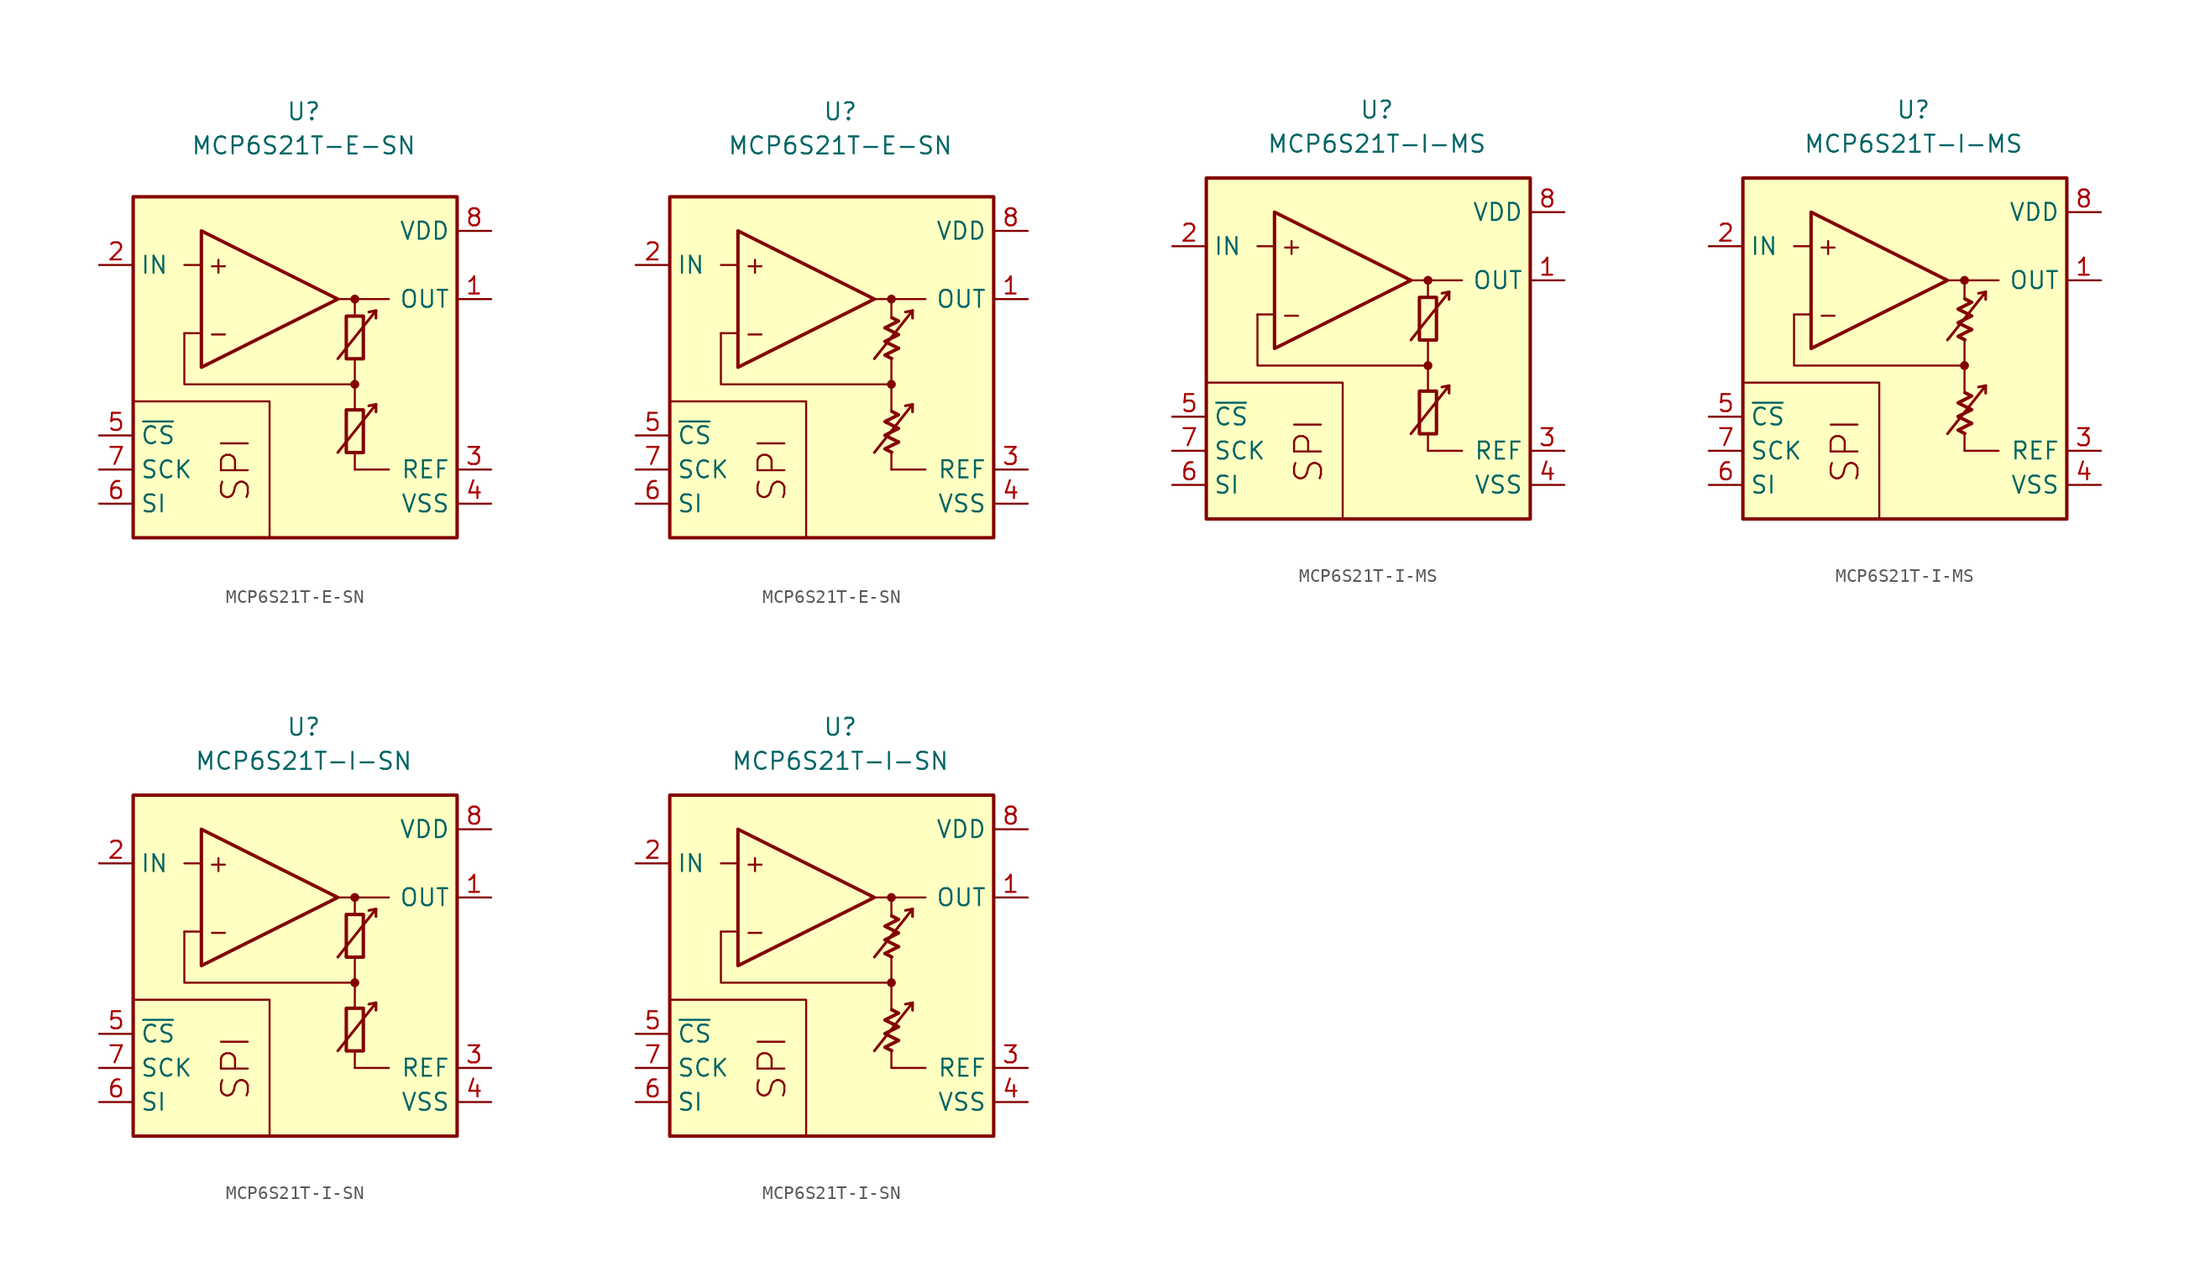
<source format=kicad_sym>
(kicad_symbol_lib
  (version 20231120)
  (generator "kicad_symbol_editor")
  (generator_version "8.0")
  (symbol "MCP6S21T-E-SN"
    (property "Reference" "U"
      (at 0 19.05 0)
      (effects (font (size 1.27 1.27))))
    (property "Value" "MCP6S21T-E-SN"
      (at 0 16.51 0)
      (effects (font (size 1.27 1.27))))
    (symbol "MCP6S21T-E-SN_0_0"
      (rectangle (start -12.7 12.7) (end 11.43 -12.7) (stroke (width 0.254) (type default)) (fill (type background)))
      (polyline (pts (xy 3.81 -3.81)) (stroke (width 0.152) (type default)) (fill (type none)))
      (polyline (pts (xy 3.81 -3.175)) (stroke (width 0.152) (type default)) (fill (type none)))
      (polyline (pts (xy 3.81 3.81)) (stroke (width 0.152) (type default)) (fill (type none)))
      (polyline (pts (xy 3.81 3.81)) (stroke (width 0.152) (type default)) (fill (type none)))
      (polyline (pts (xy -7.62 2.54) (xy -8.89 2.54)) (stroke (width 0.152) (type default)) (fill (type none)))
      (polyline (pts (xy -7.62 7.62) (xy -8.89 7.62)) (stroke (width 0.152) (type default)) (fill (type none)))
      (polyline (pts (xy 2.54 5.08) (xy 6.35 5.08)) (stroke (width 0.152) (type default)) (fill (type none)))
      (polyline (pts (xy 3.81 -6.35) (xy 3.81 -7.62)) (stroke (width 0.152) (type default)) (fill (type none)))
      (polyline (pts (xy 3.81 -1.27) (xy 3.81 -3.175)) (stroke (width 0.152) (type default)) (fill (type none)))
      (polyline (pts (xy 3.81 0.635) (xy 3.81 -1.27)) (stroke (width 0.152) (type default)) (fill (type none)))
      (polyline (pts (xy 3.81 5.08) (xy 3.81 3.81)) (stroke (width 0.152) (type default)) (fill (type none)))
      (polyline (pts (xy -2.54 -12.7) (xy -2.54 -2.54) (xy -12.7 -2.54)) (stroke (width 0.152) (type default)) (fill (type none)))
      (polyline (pts (xy 3.81 -1.27) (xy -8.89 -1.27) (xy -8.89 2.54)) (stroke (width 0.152) (type default)) (fill (type none)))
      (circle (center 3.81 -1.27) (radius 0.254) (stroke (width 0.152) (type default)) (fill (type outline)))
      (circle (center 3.81 5.08) (radius 0.254) (stroke (width 0.152) (type default)) (fill (type outline)))
      (text "+" (at -6.35 7.62 0) (effects (font (size 1.27 1.27))))
      (text "-" (at -6.35 2.54 0) (effects (font (size 1.27 1.27))))
      (text "SPI" (at -5.08 -7.62 900) (effects (font (size 2 2)))))
    (symbol "MCP6S21T-E-SN_0_1"
      (rectangle (start 3.175 -3.175) (end 4.445 -6.35) (stroke (width 0.254) (type default)) (fill (type none)))
      (rectangle (start 3.175 3.81) (end 4.445 0.635) (stroke (width 0.254) (type default)) (fill (type none))))
    (symbol "MCP6S21T-E-SN_0_2"
      (polyline (pts (xy 4.343 -5.572) (xy 3.326 -6.08) (xy 3.834 -6.333)) (stroke (width 0.254) (type default)) (fill (type none)))
      (polyline (pts (xy 4.343 1.413) (xy 3.326 0.905) (xy 3.834 0.651)) (stroke (width 0.254) (type default)) (fill (type none)))
      (polyline (pts (xy 3.834 -3.285) (xy 4.343 -3.539) (xy 3.326 -4.048) (xy 4.343 -4.556) (xy 3.326 -5.064) (xy 4.343 -5.572)) (stroke (width 0.254) (type default)) (fill (type none)))
      (polyline (pts (xy 3.834 3.7) (xy 4.343 3.446) (xy 3.326 2.938) (xy 4.343 2.429) (xy 3.326 1.921) (xy 4.343 1.413)) (stroke (width 0.254) (type default)) (fill (type none))))
    (symbol "MCP6S21T-E-SN_1_0"
      (polyline (pts (xy 3.81 -7.62) (xy 6.35 -7.62)) (stroke (width 0) (type default)) (fill (type none)))
      (polyline (pts (xy 5.385 -2.769) (xy 4.851 -2.87)) (stroke (width 0.2) (type default)) (fill (type none)))
      (polyline (pts (xy 5.385 -2.769) (xy 5.385 -3.327)) (stroke (width 0.2) (type default)) (fill (type none)))
      (polyline (pts (xy 5.385 4.216) (xy 4.851 4.115)) (stroke (width 0.2) (type default)) (fill (type none)))
      (polyline (pts (xy 5.385 4.216) (xy 5.385 3.658)) (stroke (width 0.2) (type default)) (fill (type none)))
      (polyline (pts (xy -7.62 10.16) (xy -7.62 0) (xy 2.54 5.08) (xy -7.62 10.16)) (stroke (width 0.254) (type default)) (fill (type background)))
      (polyline (pts (xy 2.54 -6.35) (xy 5.385 -2.769) (xy 5.385 -2.769) (xy 5.385 -2.769)) (stroke (width 0.2) (type default)) (fill (type none)))
      (polyline (pts (xy 2.54 0.635) (xy 5.385 4.216) (xy 5.385 4.216) (xy 5.385 4.216)) (stroke (width 0.2) (type default)) (fill (type none))))
    (symbol "MCP6S21T-E-SN_1_1"
      (pin output line (at 13.97 5.08 180) (length 2.54) (name "OUT" (effects (font (size 1.27 1.27)))) (number "1" (effects (font (size 1.27 1.27)))))
      (pin input line (at -15.24 7.62 0) (length 2.54) (name "IN" (effects (font (size 1.27 1.27)))) (number "2" (effects (font (size 1.27 1.27)))))
      (pin passive line (at 13.97 -7.62 180) (length 2.54) (name "REF" (effects (font (size 1.27 1.27)))) (number "3" (effects (font (size 1.27 1.27)))))
      (pin power_in line (at 13.97 -10.16 180) (length 2.54) (name "VSS" (effects (font (size 1.27 1.27)))) (number "4" (effects (font (size 1.27 1.27)))))
      (pin input line (at -15.24 -5.08 0) (length 2.54) (name "~{CS}" (effects (font (size 1.27 1.27)))) (number "5" (effects (font (size 1.27 1.27)))))
      (pin input line (at -15.24 -10.16 0) (length 2.54) (name "SI" (effects (font (size 1.27 1.27)))) (number "6" (effects (font (size 1.27 1.27)))))
      (pin input line (at -15.24 -7.62 0) (length 2.54) (name "SCK" (effects (font (size 1.27 1.27)))) (number "7" (effects (font (size 1.27 1.27)))))
      (pin power_in line (at 13.97 10.16 180) (length 2.54) (name "VDD" (effects (font (size 1.27 1.27)))) (number "8" (effects (font (size 1.27 1.27))))))
    (symbol "MCP6S21T-E-SN_1_2"
      (pin output line (at 13.97 5.08 180) (length 2.54) (name "OUT" (effects (font (size 1.27 1.27)))) (number "1" (effects (font (size 1.27 1.27)))))
      (pin input line (at -15.24 7.62 0) (length 2.54) (name "IN" (effects (font (size 1.27 1.27)))) (number "2" (effects (font (size 1.27 1.27)))))
      (pin passive line (at 13.97 -7.62 180) (length 2.54) (name "REF" (effects (font (size 1.27 1.27)))) (number "3" (effects (font (size 1.27 1.27)))))
      (pin power_in line (at 13.97 -10.16 180) (length 2.54) (name "VSS" (effects (font (size 1.27 1.27)))) (number "4" (effects (font (size 1.27 1.27)))))
      (pin input line (at -15.24 -5.08 0) (length 2.54) (name "~{CS}" (effects (font (size 1.27 1.27)))) (number "5" (effects (font (size 1.27 1.27)))))
      (pin input line (at -15.24 -10.16 0) (length 2.54) (name "SI" (effects (font (size 1.27 1.27)))) (number "6" (effects (font (size 1.27 1.27)))))
      (pin input line (at -15.24 -7.62 0) (length 2.54) (name "SCK" (effects (font (size 1.27 1.27)))) (number "7" (effects (font (size 1.27 1.27)))))
      (pin power_in line (at 13.97 10.16 180) (length 2.54) (name "VDD" (effects (font (size 1.27 1.27)))) (number "8" (effects (font (size 1.27 1.27)))))))
  (symbol "MCP6S21T-I-MS"
    (property "Reference" "U"
      (at 0 17.78 0)
      (effects (font (size 1.27 1.27))))
    (property "Value" "MCP6S21T-I-MS"
      (at 0 15.24 0)
      (effects (font (size 1.27 1.27))))
    (symbol "MCP6S21T-I-MS_0_0"
      (rectangle (start -12.7 12.7) (end 11.43 -12.7) (stroke (width 0.254) (type default)) (fill (type background)))
      (polyline (pts (xy 3.81 -3.81)) (stroke (width 0.152) (type default)) (fill (type none)))
      (polyline (pts (xy 3.81 -3.175)) (stroke (width 0.152) (type default)) (fill (type none)))
      (polyline (pts (xy 3.81 3.81)) (stroke (width 0.152) (type default)) (fill (type none)))
      (polyline (pts (xy 3.81 3.81)) (stroke (width 0.152) (type default)) (fill (type none)))
      (polyline (pts (xy -7.62 2.54) (xy -8.89 2.54)) (stroke (width 0.152) (type default)) (fill (type none)))
      (polyline (pts (xy -7.62 7.62) (xy -8.89 7.62)) (stroke (width 0.152) (type default)) (fill (type none)))
      (polyline (pts (xy 2.54 5.08) (xy 6.35 5.08)) (stroke (width 0.152) (type default)) (fill (type none)))
      (polyline (pts (xy 3.81 -6.35) (xy 3.81 -7.62)) (stroke (width 0.152) (type default)) (fill (type none)))
      (polyline (pts (xy 3.81 -1.27) (xy 3.81 -3.175)) (stroke (width 0.152) (type default)) (fill (type none)))
      (polyline (pts (xy 3.81 0.635) (xy 3.81 -1.27)) (stroke (width 0.152) (type default)) (fill (type none)))
      (polyline (pts (xy 3.81 5.08) (xy 3.81 3.81)) (stroke (width 0.152) (type default)) (fill (type none)))
      (polyline (pts (xy -2.54 -12.7) (xy -2.54 -2.54) (xy -12.7 -2.54)) (stroke (width 0.152) (type default)) (fill (type none)))
      (polyline (pts (xy 3.81 -1.27) (xy -8.89 -1.27) (xy -8.89 2.54)) (stroke (width 0.152) (type default)) (fill (type none)))
      (circle (center 3.81 -1.27) (radius 0.254) (stroke (width 0.152) (type default)) (fill (type outline)))
      (circle (center 3.81 5.08) (radius 0.254) (stroke (width 0.152) (type default)) (fill (type outline)))
      (text "+" (at -6.35 7.62 0) (effects (font (size 1.27 1.27))))
      (text "-" (at -6.35 2.54 0) (effects (font (size 1.27 1.27))))
      (text "SPI" (at -5.08 -7.62 900) (effects (font (size 2 2)))))
    (symbol "MCP6S21T-I-MS_0_1"
      (rectangle (start 3.175 -3.175) (end 4.445 -6.35) (stroke (width 0.254) (type default)) (fill (type none)))
      (rectangle (start 3.175 3.81) (end 4.445 0.635) (stroke (width 0.254) (type default)) (fill (type none))))
    (symbol "MCP6S21T-I-MS_0_2"
      (polyline (pts (xy 4.343 -5.572) (xy 3.326 -6.08) (xy 3.834 -6.333)) (stroke (width 0.254) (type default)) (fill (type none)))
      (polyline (pts (xy 4.343 1.413) (xy 3.326 0.905) (xy 3.834 0.651)) (stroke (width 0.254) (type default)) (fill (type none)))
      (polyline (pts (xy 3.834 -3.285) (xy 4.343 -3.539) (xy 3.326 -4.048) (xy 4.343 -4.556) (xy 3.326 -5.064) (xy 4.343 -5.572)) (stroke (width 0.254) (type default)) (fill (type none)))
      (polyline (pts (xy 3.834 3.7) (xy 4.343 3.446) (xy 3.326 2.938) (xy 4.343 2.429) (xy 3.326 1.921) (xy 4.343 1.413)) (stroke (width 0.254) (type default)) (fill (type none))))
    (symbol "MCP6S21T-I-MS_1_0"
      (polyline (pts (xy 3.81 -7.62) (xy 6.35 -7.62)) (stroke (width 0) (type default)) (fill (type none)))
      (polyline (pts (xy 5.385 -2.769) (xy 4.851 -2.87)) (stroke (width 0.2) (type default)) (fill (type none)))
      (polyline (pts (xy 5.385 -2.769) (xy 5.385 -3.327)) (stroke (width 0.2) (type default)) (fill (type none)))
      (polyline (pts (xy 5.385 4.216) (xy 4.851 4.115)) (stroke (width 0.2) (type default)) (fill (type none)))
      (polyline (pts (xy 5.385 4.216) (xy 5.385 3.658)) (stroke (width 0.2) (type default)) (fill (type none)))
      (polyline (pts (xy -7.62 10.16) (xy -7.62 0) (xy 2.54 5.08) (xy -7.62 10.16)) (stroke (width 0.254) (type default)) (fill (type background)))
      (polyline (pts (xy 2.54 -6.35) (xy 5.385 -2.769) (xy 5.385 -2.769) (xy 5.385 -2.769)) (stroke (width 0.2) (type default)) (fill (type none)))
      (polyline (pts (xy 2.54 0.635) (xy 5.385 4.216) (xy 5.385 4.216) (xy 5.385 4.216)) (stroke (width 0.2) (type default)) (fill (type none))))
    (symbol "MCP6S21T-I-MS_1_1"
      (pin output line (at 13.97 5.08 180) (length 2.54) (name "OUT" (effects (font (size 1.27 1.27)))) (number "1" (effects (font (size 1.27 1.27)))))
      (pin input line (at -15.24 7.62 0) (length 2.54) (name "IN" (effects (font (size 1.27 1.27)))) (number "2" (effects (font (size 1.27 1.27)))))
      (pin passive line (at 13.97 -7.62 180) (length 2.54) (name "REF" (effects (font (size 1.27 1.27)))) (number "3" (effects (font (size 1.27 1.27)))))
      (pin power_in line (at 13.97 -10.16 180) (length 2.54) (name "VSS" (effects (font (size 1.27 1.27)))) (number "4" (effects (font (size 1.27 1.27)))))
      (pin input line (at -15.24 -5.08 0) (length 2.54) (name "~{CS}" (effects (font (size 1.27 1.27)))) (number "5" (effects (font (size 1.27 1.27)))))
      (pin input line (at -15.24 -10.16 0) (length 2.54) (name "SI" (effects (font (size 1.27 1.27)))) (number "6" (effects (font (size 1.27 1.27)))))
      (pin input line (at -15.24 -7.62 0) (length 2.54) (name "SCK" (effects (font (size 1.27 1.27)))) (number "7" (effects (font (size 1.27 1.27)))))
      (pin power_in line (at 13.97 10.16 180) (length 2.54) (name "VDD" (effects (font (size 1.27 1.27)))) (number "8" (effects (font (size 1.27 1.27))))))
    (symbol "MCP6S21T-I-MS_1_2"
      (pin output line (at 13.97 5.08 180) (length 2.54) (name "OUT" (effects (font (size 1.27 1.27)))) (number "1" (effects (font (size 1.27 1.27)))))
      (pin input line (at -15.24 7.62 0) (length 2.54) (name "IN" (effects (font (size 1.27 1.27)))) (number "2" (effects (font (size 1.27 1.27)))))
      (pin passive line (at 13.97 -7.62 180) (length 2.54) (name "REF" (effects (font (size 1.27 1.27)))) (number "3" (effects (font (size 1.27 1.27)))))
      (pin power_in line (at 13.97 -10.16 180) (length 2.54) (name "VSS" (effects (font (size 1.27 1.27)))) (number "4" (effects (font (size 1.27 1.27)))))
      (pin input line (at -15.24 -5.08 0) (length 2.54) (name "~{CS}" (effects (font (size 1.27 1.27)))) (number "5" (effects (font (size 1.27 1.27)))))
      (pin input line (at -15.24 -10.16 0) (length 2.54) (name "SI" (effects (font (size 1.27 1.27)))) (number "6" (effects (font (size 1.27 1.27)))))
      (pin input line (at -15.24 -7.62 0) (length 2.54) (name "SCK" (effects (font (size 1.27 1.27)))) (number "7" (effects (font (size 1.27 1.27)))))
      (pin power_in line (at 13.97 10.16 180) (length 2.54) (name "VDD" (effects (font (size 1.27 1.27)))) (number "8" (effects (font (size 1.27 1.27)))))))
  (symbol "MCP6S21T-I-SN"
    (property "Reference" "U"
      (at 0 17.78 0)
      (effects (font (size 1.27 1.27))))
    (property "Value" "MCP6S21T-I-SN"
      (at 0 15.24 0)
      (effects (font (size 1.27 1.27))))
    (symbol "MCP6S21T-I-SN_0_0"
      (rectangle (start -12.7 12.7) (end 11.43 -12.7) (stroke (width 0.254) (type default)) (fill (type background)))
      (polyline (pts (xy 3.81 -3.81)) (stroke (width 0.152) (type default)) (fill (type none)))
      (polyline (pts (xy 3.81 -3.175)) (stroke (width 0.152) (type default)) (fill (type none)))
      (polyline (pts (xy 3.81 3.81)) (stroke (width 0.152) (type default)) (fill (type none)))
      (polyline (pts (xy 3.81 3.81)) (stroke (width 0.152) (type default)) (fill (type none)))
      (polyline (pts (xy -7.62 2.54) (xy -8.89 2.54)) (stroke (width 0.152) (type default)) (fill (type none)))
      (polyline (pts (xy -7.62 7.62) (xy -8.89 7.62)) (stroke (width 0.152) (type default)) (fill (type none)))
      (polyline (pts (xy 2.54 5.08) (xy 6.35 5.08)) (stroke (width 0.152) (type default)) (fill (type none)))
      (polyline (pts (xy 3.81 -6.35) (xy 3.81 -7.62)) (stroke (width 0.152) (type default)) (fill (type none)))
      (polyline (pts (xy 3.81 -1.27) (xy 3.81 -3.175)) (stroke (width 0.152) (type default)) (fill (type none)))
      (polyline (pts (xy 3.81 0.635) (xy 3.81 -1.27)) (stroke (width 0.152) (type default)) (fill (type none)))
      (polyline (pts (xy 3.81 5.08) (xy 3.81 3.81)) (stroke (width 0.152) (type default)) (fill (type none)))
      (polyline (pts (xy -2.54 -12.7) (xy -2.54 -2.54) (xy -12.7 -2.54)) (stroke (width 0.152) (type default)) (fill (type none)))
      (polyline (pts (xy 3.81 -1.27) (xy -8.89 -1.27) (xy -8.89 2.54)) (stroke (width 0.152) (type default)) (fill (type none)))
      (circle (center 3.81 -1.27) (radius 0.254) (stroke (width 0.152) (type default)) (fill (type outline)))
      (circle (center 3.81 5.08) (radius 0.254) (stroke (width 0.152) (type default)) (fill (type outline)))
      (text "+" (at -6.35 7.62 0) (effects (font (size 1.27 1.27))))
      (text "-" (at -6.35 2.54 0) (effects (font (size 1.27 1.27))))
      (text "SPI" (at -5.08 -7.62 900) (effects (font (size 2 2)))))
    (symbol "MCP6S21T-I-SN_0_1"
      (rectangle (start 3.175 -3.175) (end 4.445 -6.35) (stroke (width 0.254) (type default)) (fill (type none)))
      (rectangle (start 3.175 3.81) (end 4.445 0.635) (stroke (width 0.254) (type default)) (fill (type none))))
    (symbol "MCP6S21T-I-SN_0_2"
      (polyline (pts (xy 4.343 -5.572) (xy 3.326 -6.08) (xy 3.834 -6.333)) (stroke (width 0.254) (type default)) (fill (type none)))
      (polyline (pts (xy 4.343 1.413) (xy 3.326 0.905) (xy 3.834 0.651)) (stroke (width 0.254) (type default)) (fill (type none)))
      (polyline (pts (xy 3.834 -3.285) (xy 4.343 -3.539) (xy 3.326 -4.048) (xy 4.343 -4.556) (xy 3.326 -5.064) (xy 4.343 -5.572)) (stroke (width 0.254) (type default)) (fill (type none)))
      (polyline (pts (xy 3.834 3.7) (xy 4.343 3.446) (xy 3.326 2.938) (xy 4.343 2.429) (xy 3.326 1.921) (xy 4.343 1.413)) (stroke (width 0.254) (type default)) (fill (type none))))
    (symbol "MCP6S21T-I-SN_1_0"
      (polyline (pts (xy 3.81 -7.62) (xy 6.35 -7.62)) (stroke (width 0) (type default)) (fill (type none)))
      (polyline (pts (xy 5.385 -2.769) (xy 4.851 -2.87)) (stroke (width 0.2) (type default)) (fill (type none)))
      (polyline (pts (xy 5.385 -2.769) (xy 5.385 -3.327)) (stroke (width 0.2) (type default)) (fill (type none)))
      (polyline (pts (xy 5.385 4.216) (xy 4.851 4.115)) (stroke (width 0.2) (type default)) (fill (type none)))
      (polyline (pts (xy 5.385 4.216) (xy 5.385 3.658)) (stroke (width 0.2) (type default)) (fill (type none)))
      (polyline (pts (xy -7.62 10.16) (xy -7.62 0) (xy 2.54 5.08) (xy -7.62 10.16)) (stroke (width 0.254) (type default)) (fill (type background)))
      (polyline (pts (xy 2.54 -6.35) (xy 5.385 -2.769) (xy 5.385 -2.769) (xy 5.385 -2.769)) (stroke (width 0.2) (type default)) (fill (type none)))
      (polyline (pts (xy 2.54 0.635) (xy 5.385 4.216) (xy 5.385 4.216) (xy 5.385 4.216)) (stroke (width 0.2) (type default)) (fill (type none))))
    (symbol "MCP6S21T-I-SN_1_1"
      (pin output line (at 13.97 5.08 180) (length 2.54) (name "OUT" (effects (font (size 1.27 1.27)))) (number "1" (effects (font (size 1.27 1.27)))))
      (pin input line (at -15.24 7.62 0) (length 2.54) (name "IN" (effects (font (size 1.27 1.27)))) (number "2" (effects (font (size 1.27 1.27)))))
      (pin passive line (at 13.97 -7.62 180) (length 2.54) (name "REF" (effects (font (size 1.27 1.27)))) (number "3" (effects (font (size 1.27 1.27)))))
      (pin power_in line (at 13.97 -10.16 180) (length 2.54) (name "VSS" (effects (font (size 1.27 1.27)))) (number "4" (effects (font (size 1.27 1.27)))))
      (pin input line (at -15.24 -5.08 0) (length 2.54) (name "~{CS}" (effects (font (size 1.27 1.27)))) (number "5" (effects (font (size 1.27 1.27)))))
      (pin input line (at -15.24 -10.16 0) (length 2.54) (name "SI" (effects (font (size 1.27 1.27)))) (number "6" (effects (font (size 1.27 1.27)))))
      (pin input line (at -15.24 -7.62 0) (length 2.54) (name "SCK" (effects (font (size 1.27 1.27)))) (number "7" (effects (font (size 1.27 1.27)))))
      (pin power_in line (at 13.97 10.16 180) (length 2.54) (name "VDD" (effects (font (size 1.27 1.27)))) (number "8" (effects (font (size 1.27 1.27))))))
    (symbol "MCP6S21T-I-SN_1_2"
      (pin output line (at 13.97 5.08 180) (length 2.54) (name "OUT" (effects (font (size 1.27 1.27)))) (number "1" (effects (font (size 1.27 1.27)))))
      (pin input line (at -15.24 7.62 0) (length 2.54) (name "IN" (effects (font (size 1.27 1.27)))) (number "2" (effects (font (size 1.27 1.27)))))
      (pin passive line (at 13.97 -7.62 180) (length 2.54) (name "REF" (effects (font (size 1.27 1.27)))) (number "3" (effects (font (size 1.27 1.27)))))
      (pin power_in line (at 13.97 -10.16 180) (length 2.54) (name "VSS" (effects (font (size 1.27 1.27)))) (number "4" (effects (font (size 1.27 1.27)))))
      (pin input line (at -15.24 -5.08 0) (length 2.54) (name "~{CS}" (effects (font (size 1.27 1.27)))) (number "5" (effects (font (size 1.27 1.27)))))
      (pin input line (at -15.24 -10.16 0) (length 2.54) (name "SI" (effects (font (size 1.27 1.27)))) (number "6" (effects (font (size 1.27 1.27)))))
      (pin input line (at -15.24 -7.62 0) (length 2.54) (name "SCK" (effects (font (size 1.27 1.27)))) (number "7" (effects (font (size 1.27 1.27)))))
      (pin power_in line (at 13.97 10.16 180) (length 2.54) (name "VDD" (effects (font (size 1.27 1.27)))) (number "8" (effects (font (size 1.27 1.27))))))))
</source>
